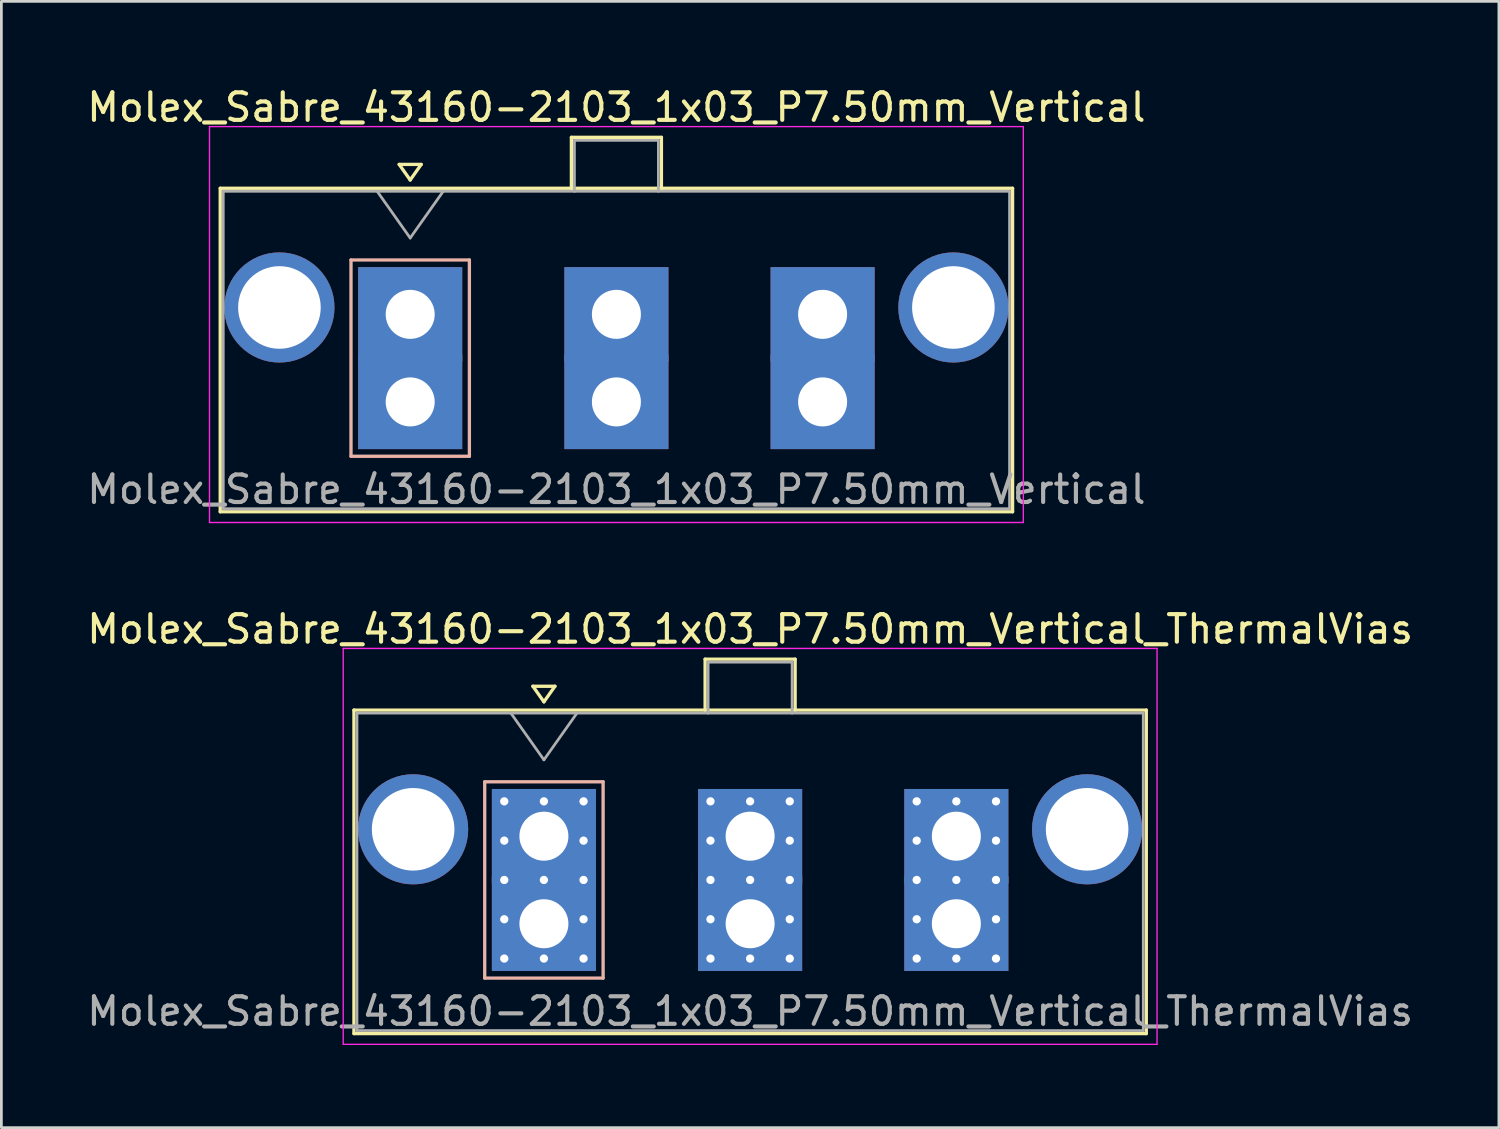
<source format=kicad_pcb>
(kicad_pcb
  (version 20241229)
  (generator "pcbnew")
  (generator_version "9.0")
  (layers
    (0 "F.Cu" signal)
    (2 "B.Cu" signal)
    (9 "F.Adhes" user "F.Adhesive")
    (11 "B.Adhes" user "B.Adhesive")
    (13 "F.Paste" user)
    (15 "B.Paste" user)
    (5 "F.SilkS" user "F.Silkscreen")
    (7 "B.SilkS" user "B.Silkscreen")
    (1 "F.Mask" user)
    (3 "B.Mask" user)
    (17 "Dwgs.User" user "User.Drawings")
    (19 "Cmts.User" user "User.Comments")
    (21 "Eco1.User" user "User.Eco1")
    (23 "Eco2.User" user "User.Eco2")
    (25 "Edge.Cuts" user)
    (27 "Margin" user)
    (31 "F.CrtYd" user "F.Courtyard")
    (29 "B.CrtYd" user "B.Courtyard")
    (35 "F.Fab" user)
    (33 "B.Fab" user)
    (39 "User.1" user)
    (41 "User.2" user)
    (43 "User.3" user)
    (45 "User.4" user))
  (footprint "Molex_Sabre_43160-2103_1x03_P7.50mm_Vertical_ThermalVias"
    (layer "F.Cu")
    (at 16.706 30.502)
    (property "Reference" "Molex_Sabre_43160-2103_1x03_P7.50mm_Vertical_ThermalVias" (at 7.49 -10.7 0) (layer "F.SilkS") (effects (font (size 1 1) (thickness 0.15))))
    (attr through_hole)
    (fp_line (start -6.9 -7.76) (end -6.9 3.99) (stroke (width 0.12) (type solid)) (layer "F.SilkS"))
    (fp_line (start -6.9 3.99) (end 21.88 3.99) (stroke (width 0.12) (type solid)) (layer "F.SilkS"))
    (fp_line (start -0.4 -8.626) (end 0 -8.06) (stroke (width 0.12) (type solid)) (layer "F.SilkS"))
    (fp_line (start 0 -8.06) (end 0.4 -8.626) (stroke (width 0.12) (type solid)) (layer "F.SilkS"))
    (fp_line (start 0.4 -8.626) (end -0.4 -8.626) (stroke (width 0.12) (type solid)) (layer "F.SilkS"))
    (fp_line (start 5.855 -9.61) (end 9.125 -9.61) (stroke (width 0.12) (type solid)) (layer "F.SilkS"))
    (fp_line (start 5.855 -7.76) (end 5.855 -9.61) (stroke (width 0.12) (type solid)) (layer "F.SilkS"))
    (fp_line (start 9.125 -9.61) (end 9.125 -7.76) (stroke (width 0.12) (type solid)) (layer "F.SilkS"))
    (fp_line (start 21.88 -7.76) (end -6.9 -7.76) (stroke (width 0.12) (type solid)) (layer "F.SilkS"))
    (fp_line (start 21.88 3.99) (end 21.88 -7.76) (stroke (width 0.12) (type solid)) (layer "F.SilkS"))
    (fp_line (start -2.15 -5.155) (end -2.15 1.975) (stroke (width 0.12) (type solid)) (layer "B.SilkS"))
    (fp_line (start -2.15 1.975) (end 2.15 1.975) (stroke (width 0.12) (type solid)) (layer "B.SilkS"))
    (fp_line (start 2.15 -5.155) (end -2.15 -5.155) (stroke (width 0.12) (type solid)) (layer "B.SilkS"))
    (fp_line (start 2.15 1.975) (end 2.15 -5.155) (stroke (width 0.12) (type solid)) (layer "B.SilkS"))
    (fp_line (start -7.29 -10) (end -7.29 4.38) (stroke (width 0.05) (type solid)) (layer "F.CrtYd"))
    (fp_line (start -7.29 4.38) (end 22.27 4.38) (stroke (width 0.05) (type solid)) (layer "F.CrtYd"))
    (fp_line (start 22.27 -10) (end -7.29 -10) (stroke (width 0.05) (type solid)) (layer "F.CrtYd"))
    (fp_line (start 22.27 4.38) (end 22.27 -10) (stroke (width 0.05) (type solid)) (layer "F.CrtYd"))
    (fp_line (start -6.79 -7.65) (end -6.79 3.88) (stroke (width 0.1) (type solid)) (layer "F.Fab"))
    (fp_line (start -6.79 3.88) (end 21.77 3.88) (stroke (width 0.1) (type solid)) (layer "F.Fab"))
    (fp_line (start -1.2 -7.65) (end 0 -5.953) (stroke (width 0.1) (type solid)) (layer "F.Fab"))
    (fp_line (start 0 -5.953) (end 1.2 -7.65) (stroke (width 0.1) (type solid)) (layer "F.Fab"))
    (fp_line (start 5.965 -9.5) (end 9.015 -9.5) (stroke (width 0.1) (type solid)) (layer "F.Fab"))
    (fp_line (start 5.965 -7.65) (end 5.965 -9.5) (stroke (width 0.1) (type solid)) (layer "F.Fab"))
    (fp_line (start 9.015 -9.5) (end 9.015 -7.65) (stroke (width 0.1) (type solid)) (layer "F.Fab"))
    (fp_line (start 21.77 -7.65) (end -6.79 -7.65) (stroke (width 0.1) (type solid)) (layer "F.Fab"))
    (fp_line (start 21.77 3.88) (end 21.77 -7.65) (stroke (width 0.1) (type solid)) (layer "F.Fab"))
    (fp_text user "${REFERENCE}" (at 7.49 3.18 0) (layer "F.Fab") (effects (font (size 1 1) (thickness 0.15))))
    (pad "" thru_hole circle (at -4.75 -3.43) (size 4 4) (drill 3) (layers "*.Cu" "*.Mask"))
    (pad "" thru_hole circle (at 19.73 -3.43) (size 4 4) (drill 3) (layers "*.Cu" "*.Mask"))
    (pad "1" thru_hole rect (at -1.44 -4.445) (size 0.6 0.6) (drill 0.3) (layers "*.Cu" "*.Mask"))
    (pad "1" thru_hole rect (at -1.44 -3.018) (size 0.6 0.6) (drill 0.3) (layers "*.Cu" "*.Mask"))
    (pad "1" thru_hole rect (at -1.44 -1.59) (size 0.6 0.6) (drill 0.3) (layers "*.Cu" "*.Mask"))
    (pad "1" thru_hole rect (at -1.44 -0.163) (size 0.6 0.6) (drill 0.3) (layers "*.Cu" "*.Mask"))
    (pad "1" thru_hole rect (at -1.44 1.265) (size 0.6 0.6) (drill 0.3) (layers "*.Cu" "*.Mask"))
    (pad "1" thru_hole rect (at 0 -4.445) (size 0.6 0.6) (drill 0.3) (layers "*.Cu" "*.Mask"))
    (pad "1" thru_hole rect (at 0 -3.18) (size 3.78 3.43) (drill 1.78) (layers "*.Cu" "*.Mask"))
    (pad "1" thru_hole rect (at 0 -1.59) (size 0.6 0.6) (drill 0.3) (layers "*.Cu" "*.Mask"))
    (pad "1" thru_hole rect (at 0 0) (size 3.78 3.43) (drill 1.78) (layers "*.Cu" "*.Mask"))
    (pad "1" thru_hole rect (at 0 1.265) (size 0.6 0.6) (drill 0.3) (layers "*.Cu" "*.Mask"))
    (pad "1" thru_hole rect (at 1.44 -4.445) (size 0.6 0.6) (drill 0.3) (layers "*.Cu" "*.Mask"))
    (pad "1" thru_hole rect (at 1.44 -3.018) (size 0.6 0.6) (drill 0.3) (layers "*.Cu" "*.Mask"))
    (pad "1" thru_hole rect (at 1.44 -1.59) (size 0.6 0.6) (drill 0.3) (layers "*.Cu" "*.Mask"))
    (pad "1" thru_hole rect (at 1.44 -0.163) (size 0.6 0.6) (drill 0.3) (layers "*.Cu" "*.Mask"))
    (pad "1" thru_hole rect (at 1.44 1.265) (size 0.6 0.6) (drill 0.3) (layers "*.Cu" "*.Mask"))
    (pad "2" thru_hole circle (at 6.05 -4.445) (size 0.6 0.6) (drill 0.3) (layers "*.Cu" "*.Mask"))
    (pad "2" thru_hole circle (at 6.05 -3.018) (size 0.6 0.6) (drill 0.3) (layers "*.Cu" "*.Mask"))
    (pad "2" thru_hole circle (at 6.05 -1.59) (size 0.6 0.6) (drill 0.3) (layers "*.Cu" "*.Mask"))
    (pad "2" thru_hole circle (at 6.05 -0.163) (size 0.6 0.6) (drill 0.3) (layers "*.Cu" "*.Mask"))
    (pad "2" thru_hole circle (at 6.05 1.265) (size 0.6 0.6) (drill 0.3) (layers "*.Cu" "*.Mask"))
    (pad "2" thru_hole circle (at 7.49 -4.445) (size 0.6 0.6) (drill 0.3) (layers "*.Cu" "*.Mask"))
    (pad "2" thru_hole rect (at 7.49 -3.18) (size 3.78 3.43) (drill 1.78) (layers "*.Cu" "*.Mask"))
    (pad "2" thru_hole circle (at 7.49 -1.59) (size 0.6 0.6) (drill 0.3) (layers "*.Cu" "*.Mask"))
    (pad "2" thru_hole rect (at 7.49 0) (size 3.78 3.43) (drill 1.78) (layers "*.Cu" "*.Mask"))
    (pad "2" thru_hole circle (at 7.49 1.265) (size 0.6 0.6) (drill 0.3) (layers "*.Cu" "*.Mask"))
    (pad "2" thru_hole circle (at 8.93 -4.445) (size 0.6 0.6) (drill 0.3) (layers "*.Cu" "*.Mask"))
    (pad "2" thru_hole circle (at 8.93 -3.018) (size 0.6 0.6) (drill 0.3) (layers "*.Cu" "*.Mask"))
    (pad "2" thru_hole circle (at 8.93 -1.59) (size 0.6 0.6) (drill 0.3) (layers "*.Cu" "*.Mask"))
    (pad "2" thru_hole circle (at 8.93 -0.163) (size 0.6 0.6) (drill 0.3) (layers "*.Cu" "*.Mask"))
    (pad "2" thru_hole circle (at 8.93 1.265) (size 0.6 0.6) (drill 0.3) (layers "*.Cu" "*.Mask"))
    (pad "3" thru_hole circle (at 13.54 -4.445) (size 0.6 0.6) (drill 0.3) (layers "*.Cu" "*.Mask"))
    (pad "3" thru_hole circle (at 13.54 -3.018) (size 0.6 0.6) (drill 0.3) (layers "*.Cu" "*.Mask"))
    (pad "3" thru_hole circle (at 13.54 -1.59) (size 0.6 0.6) (drill 0.3) (layers "*.Cu" "*.Mask"))
    (pad "3" thru_hole circle (at 13.54 -0.163) (size 0.6 0.6) (drill 0.3) (layers "*.Cu" "*.Mask"))
    (pad "3" thru_hole circle (at 13.54 1.265) (size 0.6 0.6) (drill 0.3) (layers "*.Cu" "*.Mask"))
    (pad "3" thru_hole circle (at 14.98 -4.445) (size 0.6 0.6) (drill 0.3) (layers "*.Cu" "*.Mask"))
    (pad "3" thru_hole rect (at 14.98 -3.18) (size 3.78 3.43) (drill 1.78) (layers "*.Cu" "*.Mask"))
    (pad "3" thru_hole circle (at 14.98 -1.59) (size 0.6 0.6) (drill 0.3) (layers "*.Cu" "*.Mask"))
    (pad "3" thru_hole rect (at 14.98 0) (size 3.78 3.43) (drill 1.78) (layers "*.Cu" "*.Mask"))
    (pad "3" thru_hole circle (at 14.98 1.265) (size 0.6 0.6) (drill 0.3) (layers "*.Cu" "*.Mask"))
    (pad "3" thru_hole circle (at 16.42 -4.445) (size 0.6 0.6) (drill 0.3) (layers "*.Cu" "*.Mask"))
    (pad "3" thru_hole circle (at 16.42 -3.018) (size 0.6 0.6) (drill 0.3) (layers "*.Cu" "*.Mask"))
    (pad "3" thru_hole circle (at 16.42 -1.59) (size 0.6 0.6) (drill 0.3) (layers "*.Cu" "*.Mask"))
    (pad "3" thru_hole circle (at 16.42 -0.163) (size 0.6 0.6) (drill 0.3) (layers "*.Cu" "*.Mask"))
    (pad "3" thru_hole circle (at 16.42 1.265) (size 0.6 0.6) (drill 0.3) (layers "*.Cu" "*.Mask")))
  (footprint "Molex_Sabre_43160-2103_1x03_P7.50mm_Vertical"
    (layer "F.Cu")
    (at 11.849 11.548)
    (property "Reference" "Molex_Sabre_43160-2103_1x03_P7.50mm_Vertical" (at 7.49 -10.7 0) (layer "F.SilkS") (effects (font (size 1 1) (thickness 0.15))))
    (attr through_hole)
    (fp_line (start -6.9 -7.76) (end -6.9 3.99) (stroke (width 0.12) (type solid)) (layer "F.SilkS"))
    (fp_line (start -6.9 3.99) (end 21.88 3.99) (stroke (width 0.12) (type solid)) (layer "F.SilkS"))
    (fp_line (start -0.4 -8.626) (end 0 -8.06) (stroke (width 0.12) (type solid)) (layer "F.SilkS"))
    (fp_line (start 0 -8.06) (end 0.4 -8.626) (stroke (width 0.12) (type solid)) (layer "F.SilkS"))
    (fp_line (start 0.4 -8.626) (end -0.4 -8.626) (stroke (width 0.12) (type solid)) (layer "F.SilkS"))
    (fp_line (start 5.855 -9.61) (end 9.125 -9.61) (stroke (width 0.12) (type solid)) (layer "F.SilkS"))
    (fp_line (start 5.855 -7.76) (end 5.855 -9.61) (stroke (width 0.12) (type solid)) (layer "F.SilkS"))
    (fp_line (start 9.125 -9.61) (end 9.125 -7.76) (stroke (width 0.12) (type solid)) (layer "F.SilkS"))
    (fp_line (start 21.88 -7.76) (end -6.9 -7.76) (stroke (width 0.12) (type solid)) (layer "F.SilkS"))
    (fp_line (start 21.88 3.99) (end 21.88 -7.76) (stroke (width 0.12) (type solid)) (layer "F.SilkS"))
    (fp_line (start -2.15 -5.155) (end -2.15 1.975) (stroke (width 0.12) (type solid)) (layer "B.SilkS"))
    (fp_line (start -2.15 1.975) (end 2.15 1.975) (stroke (width 0.12) (type solid)) (layer "B.SilkS"))
    (fp_line (start 2.15 -5.155) (end -2.15 -5.155) (stroke (width 0.12) (type solid)) (layer "B.SilkS"))
    (fp_line (start 2.15 1.975) (end 2.15 -5.155) (stroke (width 0.12) (type solid)) (layer "B.SilkS"))
    (fp_line (start -7.29 -10) (end -7.29 4.38) (stroke (width 0.05) (type solid)) (layer "F.CrtYd"))
    (fp_line (start -7.29 4.38) (end 22.27 4.38) (stroke (width 0.05) (type solid)) (layer "F.CrtYd"))
    (fp_line (start 22.27 -10) (end -7.29 -10) (stroke (width 0.05) (type solid)) (layer "F.CrtYd"))
    (fp_line (start 22.27 4.38) (end 22.27 -10) (stroke (width 0.05) (type solid)) (layer "F.CrtYd"))
    (fp_line (start -6.79 -7.65) (end -6.79 3.88) (stroke (width 0.1) (type solid)) (layer "F.Fab"))
    (fp_line (start -6.79 3.88) (end 21.77 3.88) (stroke (width 0.1) (type solid)) (layer "F.Fab"))
    (fp_line (start -1.2 -7.65) (end 0 -5.953) (stroke (width 0.1) (type solid)) (layer "F.Fab"))
    (fp_line (start 0 -5.953) (end 1.2 -7.65) (stroke (width 0.1) (type solid)) (layer "F.Fab"))
    (fp_line (start 5.965 -9.5) (end 9.015 -9.5) (stroke (width 0.1) (type solid)) (layer "F.Fab"))
    (fp_line (start 5.965 -7.65) (end 5.965 -9.5) (stroke (width 0.1) (type solid)) (layer "F.Fab"))
    (fp_line (start 9.015 -9.5) (end 9.015 -7.65) (stroke (width 0.1) (type solid)) (layer "F.Fab"))
    (fp_line (start 21.77 -7.65) (end -6.79 -7.65) (stroke (width 0.1) (type solid)) (layer "F.Fab"))
    (fp_line (start 21.77 3.88) (end 21.77 -7.65) (stroke (width 0.1) (type solid)) (layer "F.Fab"))
    (fp_text user "${REFERENCE}" (at 7.49 3.18 0) (layer "F.Fab") (effects (font (size 1 1) (thickness 0.15))))
    (pad "" thru_hole circle (at -4.75 -3.43) (size 4 4) (drill 3) (layers "*.Cu" "*.Mask"))
    (pad "" thru_hole circle (at 19.73 -3.43) (size 4 4) (drill 3) (layers "*.Cu" "*.Mask"))
    (pad "1" thru_hole rect (at 0 -3.18) (size 3.78 3.43) (drill 1.78) (layers "*.Cu" "*.Mask"))
    (pad "1" thru_hole rect (at 0 0) (size 3.78 3.43) (drill 1.78) (layers "*.Cu" "*.Mask"))
    (pad "2" thru_hole rect (at 7.49 -3.18) (size 3.78 3.43) (drill 1.78) (layers "*.Cu" "*.Mask"))
    (pad "2" thru_hole rect (at 7.49 0) (size 3.78 3.43) (drill 1.78) (layers "*.Cu" "*.Mask"))
    (pad "3" thru_hole rect (at 14.98 -3.18) (size 3.78 3.43) (drill 1.78) (layers "*.Cu" "*.Mask"))
    (pad "3" thru_hole rect (at 14.98 0) (size 3.78 3.43) (drill 1.78) (layers "*.Cu" "*.Mask")))
  (gr_rect
    (start -3 -3)
    (end 51.393 37.907)
    (stroke (width 0.1) (type default))
    (fill no)
    (layer "Edge.Cuts")))
</source>
